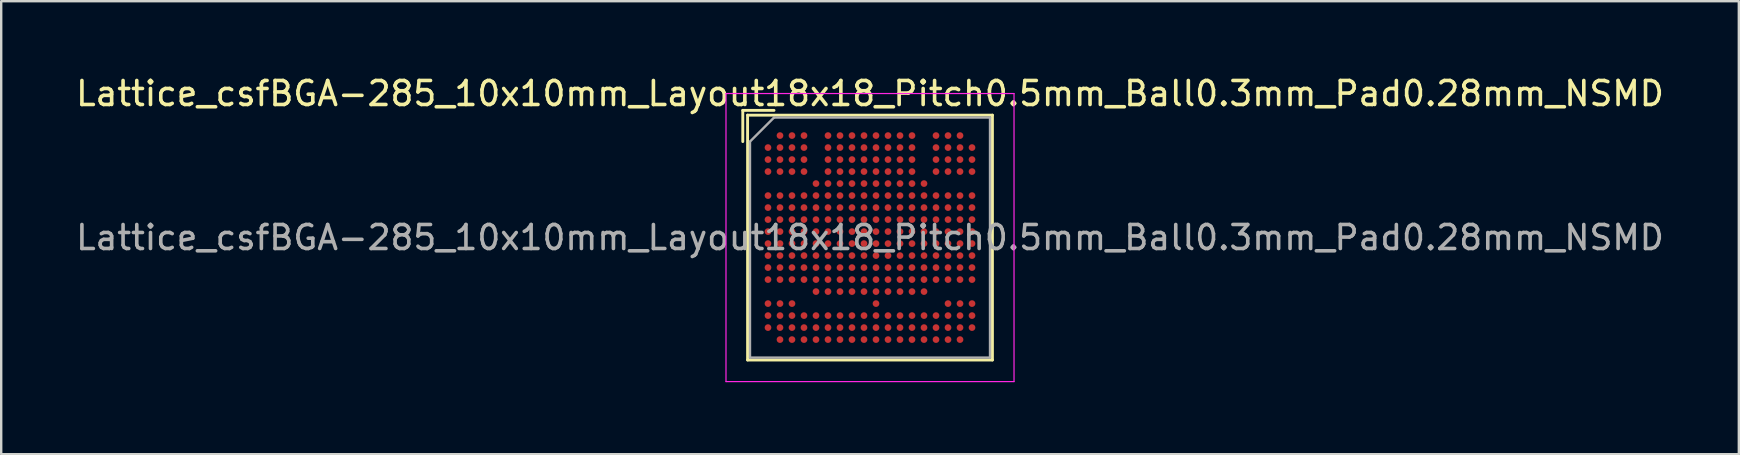
<source format=kicad_pcb>
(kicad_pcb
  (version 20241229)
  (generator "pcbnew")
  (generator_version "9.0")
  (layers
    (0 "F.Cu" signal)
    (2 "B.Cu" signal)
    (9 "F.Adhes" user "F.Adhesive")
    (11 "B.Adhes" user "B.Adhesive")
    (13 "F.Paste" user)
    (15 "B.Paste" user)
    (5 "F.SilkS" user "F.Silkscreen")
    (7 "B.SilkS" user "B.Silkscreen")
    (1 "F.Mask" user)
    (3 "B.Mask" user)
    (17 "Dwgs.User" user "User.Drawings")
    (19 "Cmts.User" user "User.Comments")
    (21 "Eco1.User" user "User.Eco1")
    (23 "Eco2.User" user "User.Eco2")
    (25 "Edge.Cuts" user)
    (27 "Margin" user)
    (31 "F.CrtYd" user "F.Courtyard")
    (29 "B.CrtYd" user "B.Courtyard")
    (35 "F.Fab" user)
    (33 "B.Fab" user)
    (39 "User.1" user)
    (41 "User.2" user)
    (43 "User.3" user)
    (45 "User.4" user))
  (footprint "Lattice_csfBGA-285_10x10mm_Layout18x18_Pitch0.5mm_Ball0.3mm_Pad0.28mm_NSMD"
    (layer "F.Cu")
    (at 33.196 6.848)
    (property "Reference" "Lattice_csfBGA-285_10x10mm_Layout18x18_Pitch0.5mm_Ball0.3mm_Pad0.28mm_NSMD" (at 0 -6 0) (layer "F.SilkS") (effects (font (size 1 1) (thickness 0.15))))
    (attr smd)
    (fp_line (start -5.3 -5.3) (end -5.3 -4) (stroke (width 0.12) (type solid)) (layer "F.SilkS"))
    (fp_line (start -5.1 -5.1) (end 5.1 -5.1) (stroke (width 0.12) (type solid)) (layer "F.SilkS"))
    (fp_line (start -5.1 5.1) (end -5.1 -5.1) (stroke (width 0.12) (type solid)) (layer "F.SilkS"))
    (fp_line (start -4 -5.3) (end -5.3 -5.3) (stroke (width 0.12) (type solid)) (layer "F.SilkS"))
    (fp_line (start 5.1 -5.1) (end 5.1 5.1) (stroke (width 0.12) (type solid)) (layer "F.SilkS"))
    (fp_line (start 5.1 5.1) (end -5.1 5.1) (stroke (width 0.12) (type solid)) (layer "F.SilkS"))
    (fp_line (start -6 -6) (end 6 -6) (stroke (width 0.05) (type solid)) (layer "F.CrtYd"))
    (fp_line (start -6 6) (end -6 -6) (stroke (width 0.05) (type solid)) (layer "F.CrtYd"))
    (fp_line (start 6 -6) (end 6 6) (stroke (width 0.05) (type solid)) (layer "F.CrtYd"))
    (fp_line (start 6 6) (end -6 6) (stroke (width 0.05) (type solid)) (layer "F.CrtYd"))
    (fp_line (start -5 -4) (end -4 -5) (stroke (width 0.1) (type solid)) (layer "F.Fab"))
    (fp_line (start -5 5) (end -5 -4) (stroke (width 0.1) (type solid)) (layer "F.Fab"))
    (fp_line (start -4 -5) (end 5 -5) (stroke (width 0.1) (type solid)) (layer "F.Fab"))
    (fp_line (start 5 -5) (end 5 5) (stroke (width 0.1) (type solid)) (layer "F.Fab"))
    (fp_line (start 5 5) (end -5 5) (stroke (width 0.1) (type solid)) (layer "F.Fab"))
    (fp_text user "${REFERENCE}" (at 0 0 0) (layer "F.Fab") (effects (font (size 1 1) (thickness 0.15))))
    (pad "A2" smd circle (at -3.75 -4.25) (size 0.28 0.28) (layers "F.Cu" "F.Mask" "F.Paste"))
    (pad "A3" smd circle (at -3.25 -4.25) (size 0.28 0.28) (layers "F.Cu" "F.Mask" "F.Paste"))
    (pad "A4" smd circle (at -2.75 -4.25) (size 0.28 0.28) (layers "F.Cu" "F.Mask" "F.Paste"))
    (pad "A6" smd circle (at -1.75 -4.25) (size 0.28 0.28) (layers "F.Cu" "F.Mask" "F.Paste"))
    (pad "A7" smd circle (at -1.25 -4.25) (size 0.28 0.28) (layers "F.Cu" "F.Mask" "F.Paste"))
    (pad "A8" smd circle (at -0.75 -4.25) (size 0.28 0.28) (layers "F.Cu" "F.Mask" "F.Paste"))
    (pad "A9" smd circle (at -0.25 -4.25) (size 0.28 0.28) (layers "F.Cu" "F.Mask" "F.Paste"))
    (pad "A10" smd circle (at 0.25 -4.25) (size 0.28 0.28) (layers "F.Cu" "F.Mask" "F.Paste"))
    (pad "A11" smd circle (at 0.75 -4.25) (size 0.28 0.28) (layers "F.Cu" "F.Mask" "F.Paste"))
    (pad "A12" smd circle (at 1.25 -4.25) (size 0.28 0.28) (layers "F.Cu" "F.Mask" "F.Paste"))
    (pad "A13" smd circle (at 1.75 -4.25) (size 0.28 0.28) (layers "F.Cu" "F.Mask" "F.Paste"))
    (pad "A15" smd circle (at 2.75 -4.25) (size 0.28 0.28) (layers "F.Cu" "F.Mask" "F.Paste"))
    (pad "A16" smd circle (at 3.25 -4.25) (size 0.28 0.28) (layers "F.Cu" "F.Mask" "F.Paste"))
    (pad "A17" smd circle (at 3.75 -4.25) (size 0.28 0.28) (layers "F.Cu" "F.Mask" "F.Paste"))
    (pad "B1" smd circle (at -4.25 -3.75) (size 0.28 0.28) (layers "F.Cu" "F.Mask" "F.Paste"))
    (pad "B2" smd circle (at -3.75 -3.75) (size 0.28 0.28) (layers "F.Cu" "F.Mask" "F.Paste"))
    (pad "B3" smd circle (at -3.25 -3.75) (size 0.28 0.28) (layers "F.Cu" "F.Mask" "F.Paste"))
    (pad "B4" smd circle (at -2.75 -3.75) (size 0.28 0.28) (layers "F.Cu" "F.Mask" "F.Paste"))
    (pad "B6" smd circle (at -1.75 -3.75) (size 0.28 0.28) (layers "F.Cu" "F.Mask" "F.Paste"))
    (pad "B7" smd circle (at -1.25 -3.75) (size 0.28 0.28) (layers "F.Cu" "F.Mask" "F.Paste"))
    (pad "B8" smd circle (at -0.75 -3.75) (size 0.28 0.28) (layers "F.Cu" "F.Mask" "F.Paste"))
    (pad "B9" smd circle (at -0.25 -3.75) (size 0.28 0.28) (layers "F.Cu" "F.Mask" "F.Paste"))
    (pad "B10" smd circle (at 0.25 -3.75) (size 0.28 0.28) (layers "F.Cu" "F.Mask" "F.Paste"))
    (pad "B11" smd circle (at 0.75 -3.75) (size 0.28 0.28) (layers "F.Cu" "F.Mask" "F.Paste"))
    (pad "B12" smd circle (at 1.25 -3.75) (size 0.28 0.28) (layers "F.Cu" "F.Mask" "F.Paste"))
    (pad "B13" smd circle (at 1.75 -3.75) (size 0.28 0.28) (layers "F.Cu" "F.Mask" "F.Paste"))
    (pad "B15" smd circle (at 2.75 -3.75) (size 0.28 0.28) (layers "F.Cu" "F.Mask" "F.Paste"))
    (pad "B16" smd circle (at 3.25 -3.75) (size 0.28 0.28) (layers "F.Cu" "F.Mask" "F.Paste"))
    (pad "B17" smd circle (at 3.75 -3.75) (size 0.28 0.28) (layers "F.Cu" "F.Mask" "F.Paste"))
    (pad "B18" smd circle (at 4.25 -3.75) (size 0.28 0.28) (layers "F.Cu" "F.Mask" "F.Paste"))
    (pad "C1" smd circle (at -4.25 -3.25) (size 0.28 0.28) (layers "F.Cu" "F.Mask" "F.Paste"))
    (pad "C2" smd circle (at -3.75 -3.25) (size 0.28 0.28) (layers "F.Cu" "F.Mask" "F.Paste"))
    (pad "C3" smd circle (at -3.25 -3.25) (size 0.28 0.28) (layers "F.Cu" "F.Mask" "F.Paste"))
    (pad "C4" smd circle (at -2.75 -3.25) (size 0.28 0.28) (layers "F.Cu" "F.Mask" "F.Paste"))
    (pad "C6" smd circle (at -1.75 -3.25) (size 0.28 0.28) (layers "F.Cu" "F.Mask" "F.Paste"))
    (pad "C7" smd circle (at -1.25 -3.25) (size 0.28 0.28) (layers "F.Cu" "F.Mask" "F.Paste"))
    (pad "C8" smd circle (at -0.75 -3.25) (size 0.28 0.28) (layers "F.Cu" "F.Mask" "F.Paste"))
    (pad "C9" smd circle (at -0.25 -3.25) (size 0.28 0.28) (layers "F.Cu" "F.Mask" "F.Paste"))
    (pad "C10" smd circle (at 0.25 -3.25) (size 0.28 0.28) (layers "F.Cu" "F.Mask" "F.Paste"))
    (pad "C11" smd circle (at 0.75 -3.25) (size 0.28 0.28) (layers "F.Cu" "F.Mask" "F.Paste"))
    (pad "C12" smd circle (at 1.25 -3.25) (size 0.28 0.28) (layers "F.Cu" "F.Mask" "F.Paste"))
    (pad "C13" smd circle (at 1.75 -3.25) (size 0.28 0.28) (layers "F.Cu" "F.Mask" "F.Paste"))
    (pad "C15" smd circle (at 2.75 -3.25) (size 0.28 0.28) (layers "F.Cu" "F.Mask" "F.Paste"))
    (pad "C16" smd circle (at 3.25 -3.25) (size 0.28 0.28) (layers "F.Cu" "F.Mask" "F.Paste"))
    (pad "C17" smd circle (at 3.75 -3.25) (size 0.28 0.28) (layers "F.Cu" "F.Mask" "F.Paste"))
    (pad "C18" smd circle (at 4.25 -3.25) (size 0.28 0.28) (layers "F.Cu" "F.Mask" "F.Paste"))
    (pad "D1" smd circle (at -4.25 -2.75) (size 0.28 0.28) (layers "F.Cu" "F.Mask" "F.Paste"))
    (pad "D2" smd circle (at -3.75 -2.75) (size 0.28 0.28) (layers "F.Cu" "F.Mask" "F.Paste"))
    (pad "D3" smd circle (at -3.25 -2.75) (size 0.28 0.28) (layers "F.Cu" "F.Mask" "F.Paste"))
    (pad "D4" smd circle (at -2.75 -2.75) (size 0.28 0.28) (layers "F.Cu" "F.Mask" "F.Paste"))
    (pad "D6" smd circle (at -1.75 -2.75) (size 0.28 0.28) (layers "F.Cu" "F.Mask" "F.Paste"))
    (pad "D7" smd circle (at -1.25 -2.75) (size 0.28 0.28) (layers "F.Cu" "F.Mask" "F.Paste"))
    (pad "D8" smd circle (at -0.75 -2.75) (size 0.28 0.28) (layers "F.Cu" "F.Mask" "F.Paste"))
    (pad "D9" smd circle (at -0.25 -2.75) (size 0.28 0.28) (layers "F.Cu" "F.Mask" "F.Paste"))
    (pad "D10" smd circle (at 0.25 -2.75) (size 0.28 0.28) (layers "F.Cu" "F.Mask" "F.Paste"))
    (pad "D11" smd circle (at 0.75 -2.75) (size 0.28 0.28) (layers "F.Cu" "F.Mask" "F.Paste"))
    (pad "D12" smd circle (at 1.25 -2.75) (size 0.28 0.28) (layers "F.Cu" "F.Mask" "F.Paste"))
    (pad "D13" smd circle (at 1.75 -2.75) (size 0.28 0.28) (layers "F.Cu" "F.Mask" "F.Paste"))
    (pad "D15" smd circle (at 2.75 -2.75) (size 0.28 0.28) (layers "F.Cu" "F.Mask" "F.Paste"))
    (pad "D16" smd circle (at 3.25 -2.75) (size 0.28 0.28) (layers "F.Cu" "F.Mask" "F.Paste"))
    (pad "D17" smd circle (at 3.75 -2.75) (size 0.28 0.28) (layers "F.Cu" "F.Mask" "F.Paste"))
    (pad "D18" smd circle (at 4.25 -2.75) (size 0.28 0.28) (layers "F.Cu" "F.Mask" "F.Paste"))
    (pad "E5" smd circle (at -2.25 -2.25) (size 0.28 0.28) (layers "F.Cu" "F.Mask" "F.Paste"))
    (pad "E6" smd circle (at -1.75 -2.25) (size 0.28 0.28) (layers "F.Cu" "F.Mask" "F.Paste"))
    (pad "E7" smd circle (at -1.25 -2.25) (size 0.28 0.28) (layers "F.Cu" "F.Mask" "F.Paste"))
    (pad "E8" smd circle (at -0.75 -2.25) (size 0.28 0.28) (layers "F.Cu" "F.Mask" "F.Paste"))
    (pad "E9" smd circle (at -0.25 -2.25) (size 0.28 0.28) (layers "F.Cu" "F.Mask" "F.Paste"))
    (pad "E10" smd circle (at 0.25 -2.25) (size 0.28 0.28) (layers "F.Cu" "F.Mask" "F.Paste"))
    (pad "E11" smd circle (at 0.75 -2.25) (size 0.28 0.28) (layers "F.Cu" "F.Mask" "F.Paste"))
    (pad "E12" smd circle (at 1.25 -2.25) (size 0.28 0.28) (layers "F.Cu" "F.Mask" "F.Paste"))
    (pad "E13" smd circle (at 1.75 -2.25) (size 0.28 0.28) (layers "F.Cu" "F.Mask" "F.Paste"))
    (pad "E14" smd circle (at 2.25 -2.25) (size 0.28 0.28) (layers "F.Cu" "F.Mask" "F.Paste"))
    (pad "F1" smd circle (at -4.25 -1.75) (size 0.28 0.28) (layers "F.Cu" "F.Mask" "F.Paste"))
    (pad "F2" smd circle (at -3.75 -1.75) (size 0.28 0.28) (layers "F.Cu" "F.Mask" "F.Paste"))
    (pad "F3" smd circle (at -3.25 -1.75) (size 0.28 0.28) (layers "F.Cu" "F.Mask" "F.Paste"))
    (pad "F4" smd circle (at -2.75 -1.75) (size 0.28 0.28) (layers "F.Cu" "F.Mask" "F.Paste"))
    (pad "F5" smd circle (at -2.25 -1.75) (size 0.28 0.28) (layers "F.Cu" "F.Mask" "F.Paste"))
    (pad "F6" smd circle (at -1.75 -1.75) (size 0.28 0.28) (layers "F.Cu" "F.Mask" "F.Paste"))
    (pad "F7" smd circle (at -1.25 -1.75) (size 0.28 0.28) (layers "F.Cu" "F.Mask" "F.Paste"))
    (pad "F8" smd circle (at -0.75 -1.75) (size 0.28 0.28) (layers "F.Cu" "F.Mask" "F.Paste"))
    (pad "F9" smd circle (at -0.25 -1.75) (size 0.28 0.28) (layers "F.Cu" "F.Mask" "F.Paste"))
    (pad "F10" smd circle (at 0.25 -1.75) (size 0.28 0.28) (layers "F.Cu" "F.Mask" "F.Paste"))
    (pad "F11" smd circle (at 0.75 -1.75) (size 0.28 0.28) (layers "F.Cu" "F.Mask" "F.Paste"))
    (pad "F12" smd circle (at 1.25 -1.75) (size 0.28 0.28) (layers "F.Cu" "F.Mask" "F.Paste"))
    (pad "F13" smd circle (at 1.75 -1.75) (size 0.28 0.28) (layers "F.Cu" "F.Mask" "F.Paste"))
    (pad "F14" smd circle (at 2.25 -1.75) (size 0.28 0.28) (layers "F.Cu" "F.Mask" "F.Paste"))
    (pad "F15" smd circle (at 2.75 -1.75) (size 0.28 0.28) (layers "F.Cu" "F.Mask" "F.Paste"))
    (pad "F16" smd circle (at 3.25 -1.75) (size 0.28 0.28) (layers "F.Cu" "F.Mask" "F.Paste"))
    (pad "F17" smd circle (at 3.75 -1.75) (size 0.28 0.28) (layers "F.Cu" "F.Mask" "F.Paste"))
    (pad "F18" smd circle (at 4.25 -1.75) (size 0.28 0.28) (layers "F.Cu" "F.Mask" "F.Paste"))
    (pad "G1" smd circle (at -4.25 -1.25) (size 0.28 0.28) (layers "F.Cu" "F.Mask" "F.Paste"))
    (pad "G2" smd circle (at -3.75 -1.25) (size 0.28 0.28) (layers "F.Cu" "F.Mask" "F.Paste"))
    (pad "G3" smd circle (at -3.25 -1.25) (size 0.28 0.28) (layers "F.Cu" "F.Mask" "F.Paste"))
    (pad "G4" smd circle (at -2.75 -1.25) (size 0.28 0.28) (layers "F.Cu" "F.Mask" "F.Paste"))
    (pad "G5" smd circle (at -2.25 -1.25) (size 0.28 0.28) (layers "F.Cu" "F.Mask" "F.Paste"))
    (pad "G6" smd circle (at -1.75 -1.25) (size 0.28 0.28) (layers "F.Cu" "F.Mask" "F.Paste"))
    (pad "G7" smd circle (at -1.25 -1.25) (size 0.28 0.28) (layers "F.Cu" "F.Mask" "F.Paste"))
    (pad "G8" smd circle (at -0.75 -1.25) (size 0.28 0.28) (layers "F.Cu" "F.Mask" "F.Paste"))
    (pad "G9" smd circle (at -0.25 -1.25) (size 0.28 0.28) (layers "F.Cu" "F.Mask" "F.Paste"))
    (pad "G10" smd circle (at 0.25 -1.25) (size 0.28 0.28) (layers "F.Cu" "F.Mask" "F.Paste"))
    (pad "G11" smd circle (at 0.75 -1.25) (size 0.28 0.28) (layers "F.Cu" "F.Mask" "F.Paste"))
    (pad "G12" smd circle (at 1.25 -1.25) (size 0.28 0.28) (layers "F.Cu" "F.Mask" "F.Paste"))
    (pad "G13" smd circle (at 1.75 -1.25) (size 0.28 0.28) (layers "F.Cu" "F.Mask" "F.Paste"))
    (pad "G14" smd circle (at 2.25 -1.25) (size 0.28 0.28) (layers "F.Cu" "F.Mask" "F.Paste"))
    (pad "G15" smd circle (at 2.75 -1.25) (size 0.28 0.28) (layers "F.Cu" "F.Mask" "F.Paste"))
    (pad "G16" smd circle (at 3.25 -1.25) (size 0.28 0.28) (layers "F.Cu" "F.Mask" "F.Paste"))
    (pad "G17" smd circle (at 3.75 -1.25) (size 0.28 0.28) (layers "F.Cu" "F.Mask" "F.Paste"))
    (pad "G18" smd circle (at 4.25 -1.25) (size 0.28 0.28) (layers "F.Cu" "F.Mask" "F.Paste"))
    (pad "H1" smd circle (at -4.25 -0.75) (size 0.28 0.28) (layers "F.Cu" "F.Mask" "F.Paste"))
    (pad "H2" smd circle (at -3.75 -0.75) (size 0.28 0.28) (layers "F.Cu" "F.Mask" "F.Paste"))
    (pad "H3" smd circle (at -3.25 -0.75) (size 0.28 0.28) (layers "F.Cu" "F.Mask" "F.Paste"))
    (pad "H4" smd circle (at -2.75 -0.75) (size 0.28 0.28) (layers "F.Cu" "F.Mask" "F.Paste"))
    (pad "H5" smd circle (at -2.25 -0.75) (size 0.28 0.28) (layers "F.Cu" "F.Mask" "F.Paste"))
    (pad "H6" smd circle (at -1.75 -0.75) (size 0.28 0.28) (layers "F.Cu" "F.Mask" "F.Paste"))
    (pad "H7" smd circle (at -1.25 -0.75) (size 0.28 0.28) (layers "F.Cu" "F.Mask" "F.Paste"))
    (pad "H8" smd circle (at -0.75 -0.75) (size 0.28 0.28) (layers "F.Cu" "F.Mask" "F.Paste"))
    (pad "H9" smd circle (at -0.25 -0.75) (size 0.28 0.28) (layers "F.Cu" "F.Mask" "F.Paste"))
    (pad "H10" smd circle (at 0.25 -0.75) (size 0.28 0.28) (layers "F.Cu" "F.Mask" "F.Paste"))
    (pad "H11" smd circle (at 0.75 -0.75) (size 0.28 0.28) (layers "F.Cu" "F.Mask" "F.Paste"))
    (pad "H12" smd circle (at 1.25 -0.75) (size 0.28 0.28) (layers "F.Cu" "F.Mask" "F.Paste"))
    (pad "H13" smd circle (at 1.75 -0.75) (size 0.28 0.28) (layers "F.Cu" "F.Mask" "F.Paste"))
    (pad "H14" smd circle (at 2.25 -0.75) (size 0.28 0.28) (layers "F.Cu" "F.Mask" "F.Paste"))
    (pad "H15" smd circle (at 2.75 -0.75) (size 0.28 0.28) (layers "F.Cu" "F.Mask" "F.Paste"))
    (pad "H16" smd circle (at 3.25 -0.75) (size 0.28 0.28) (layers "F.Cu" "F.Mask" "F.Paste"))
    (pad "H17" smd circle (at 3.75 -0.75) (size 0.28 0.28) (layers "F.Cu" "F.Mask" "F.Paste"))
    (pad "H18" smd circle (at 4.25 -0.75) (size 0.28 0.28) (layers "F.Cu" "F.Mask" "F.Paste"))
    (pad "J1" smd circle (at -4.25 -0.25) (size 0.28 0.28) (layers "F.Cu" "F.Mask" "F.Paste"))
    (pad "J2" smd circle (at -3.75 -0.25) (size 0.28 0.28) (layers "F.Cu" "F.Mask" "F.Paste"))
    (pad "J3" smd circle (at -3.25 -0.25) (size 0.28 0.28) (layers "F.Cu" "F.Mask" "F.Paste"))
    (pad "J4" smd circle (at -2.75 -0.25) (size 0.28 0.28) (layers "F.Cu" "F.Mask" "F.Paste"))
    (pad "J5" smd circle (at -2.25 -0.25) (size 0.28 0.28) (layers "F.Cu" "F.Mask" "F.Paste"))
    (pad "J6" smd circle (at -1.75 -0.25) (size 0.28 0.28) (layers "F.Cu" "F.Mask" "F.Paste"))
    (pad "J7" smd circle (at -1.25 -0.25) (size 0.28 0.28) (layers "F.Cu" "F.Mask" "F.Paste"))
    (pad "J8" smd circle (at -0.75 -0.25) (size 0.28 0.28) (layers "F.Cu" "F.Mask" "F.Paste"))
    (pad "J9" smd circle (at -0.25 -0.25) (size 0.28 0.28) (layers "F.Cu" "F.Mask" "F.Paste"))
    (pad "J10" smd circle (at 0.25 -0.25) (size 0.28 0.28) (layers "F.Cu" "F.Mask" "F.Paste"))
    (pad "J11" smd circle (at 0.75 -0.25) (size 0.28 0.28) (layers "F.Cu" "F.Mask" "F.Paste"))
    (pad "J12" smd circle (at 1.25 -0.25) (size 0.28 0.28) (layers "F.Cu" "F.Mask" "F.Paste"))
    (pad "J13" smd circle (at 1.75 -0.25) (size 0.28 0.28) (layers "F.Cu" "F.Mask" "F.Paste"))
    (pad "J14" smd circle (at 2.25 -0.25) (size 0.28 0.28) (layers "F.Cu" "F.Mask" "F.Paste"))
    (pad "J15" smd circle (at 2.75 -0.25) (size 0.28 0.28) (layers "F.Cu" "F.Mask" "F.Paste"))
    (pad "J16" smd circle (at 3.25 -0.25) (size 0.28 0.28) (layers "F.Cu" "F.Mask" "F.Paste"))
    (pad "J17" smd circle (at 3.75 -0.25) (size 0.28 0.28) (layers "F.Cu" "F.Mask" "F.Paste"))
    (pad "J18" smd circle (at 4.25 -0.25) (size 0.28 0.28) (layers "F.Cu" "F.Mask" "F.Paste"))
    (pad "K1" smd circle (at -4.25 0.25) (size 0.28 0.28) (layers "F.Cu" "F.Mask" "F.Paste"))
    (pad "K2" smd circle (at -3.75 0.25) (size 0.28 0.28) (layers "F.Cu" "F.Mask" "F.Paste"))
    (pad "K3" smd circle (at -3.25 0.25) (size 0.28 0.28) (layers "F.Cu" "F.Mask" "F.Paste"))
    (pad "K4" smd circle (at -2.75 0.25) (size 0.28 0.28) (layers "F.Cu" "F.Mask" "F.Paste"))
    (pad "K5" smd circle (at -2.25 0.25) (size 0.28 0.28) (layers "F.Cu" "F.Mask" "F.Paste"))
    (pad "K6" smd circle (at -1.75 0.25) (size 0.28 0.28) (layers "F.Cu" "F.Mask" "F.Paste"))
    (pad "K7" smd circle (at -1.25 0.25) (size 0.28 0.28) (layers "F.Cu" "F.Mask" "F.Paste"))
    (pad "K8" smd circle (at -0.75 0.25) (size 0.28 0.28) (layers "F.Cu" "F.Mask" "F.Paste"))
    (pad "K9" smd circle (at -0.25 0.25) (size 0.28 0.28) (layers "F.Cu" "F.Mask" "F.Paste"))
    (pad "K10" smd circle (at 0.25 0.25) (size 0.28 0.28) (layers "F.Cu" "F.Mask" "F.Paste"))
    (pad "K11" smd circle (at 0.75 0.25) (size 0.28 0.28) (layers "F.Cu" "F.Mask" "F.Paste"))
    (pad "K12" smd circle (at 1.25 0.25) (size 0.28 0.28) (layers "F.Cu" "F.Mask" "F.Paste"))
    (pad "K13" smd circle (at 1.75 0.25) (size 0.28 0.28) (layers "F.Cu" "F.Mask" "F.Paste"))
    (pad "K14" smd circle (at 2.25 0.25) (size 0.28 0.28) (layers "F.Cu" "F.Mask" "F.Paste"))
    (pad "K15" smd circle (at 2.75 0.25) (size 0.28 0.28) (layers "F.Cu" "F.Mask" "F.Paste"))
    (pad "K16" smd circle (at 3.25 0.25) (size 0.28 0.28) (layers "F.Cu" "F.Mask" "F.Paste"))
    (pad "K17" smd circle (at 3.75 0.25) (size 0.28 0.28) (layers "F.Cu" "F.Mask" "F.Paste"))
    (pad "K18" smd circle (at 4.25 0.25) (size 0.28 0.28) (layers "F.Cu" "F.Mask" "F.Paste"))
    (pad "L1" smd circle (at -4.25 0.75) (size 0.28 0.28) (layers "F.Cu" "F.Mask" "F.Paste"))
    (pad "L2" smd circle (at -3.75 0.75) (size 0.28 0.28) (layers "F.Cu" "F.Mask" "F.Paste"))
    (pad "L3" smd circle (at -3.25 0.75) (size 0.28 0.28) (layers "F.Cu" "F.Mask" "F.Paste"))
    (pad "L4" smd circle (at -2.75 0.75) (size 0.28 0.28) (layers "F.Cu" "F.Mask" "F.Paste"))
    (pad "L5" smd circle (at -2.25 0.75) (size 0.28 0.28) (layers "F.Cu" "F.Mask" "F.Paste"))
    (pad "L6" smd circle (at -1.75 0.75) (size 0.28 0.28) (layers "F.Cu" "F.Mask" "F.Paste"))
    (pad "L7" smd circle (at -1.25 0.75) (size 0.28 0.28) (layers "F.Cu" "F.Mask" "F.Paste"))
    (pad "L8" smd circle (at -0.75 0.75) (size 0.28 0.28) (layers "F.Cu" "F.Mask" "F.Paste"))
    (pad "L9" smd circle (at -0.25 0.75) (size 0.28 0.28) (layers "F.Cu" "F.Mask" "F.Paste"))
    (pad "L10" smd circle (at 0.25 0.75) (size 0.28 0.28) (layers "F.Cu" "F.Mask" "F.Paste"))
    (pad "L11" smd circle (at 0.75 0.75) (size 0.28 0.28) (layers "F.Cu" "F.Mask" "F.Paste"))
    (pad "L12" smd circle (at 1.25 0.75) (size 0.28 0.28) (layers "F.Cu" "F.Mask" "F.Paste"))
    (pad "L13" smd circle (at 1.75 0.75) (size 0.28 0.28) (layers "F.Cu" "F.Mask" "F.Paste"))
    (pad "L14" smd circle (at 2.25 0.75) (size 0.28 0.28) (layers "F.Cu" "F.Mask" "F.Paste"))
    (pad "L15" smd circle (at 2.75 0.75) (size 0.28 0.28) (layers "F.Cu" "F.Mask" "F.Paste"))
    (pad "L16" smd circle (at 3.25 0.75) (size 0.28 0.28) (layers "F.Cu" "F.Mask" "F.Paste"))
    (pad "L17" smd circle (at 3.75 0.75) (size 0.28 0.28) (layers "F.Cu" "F.Mask" "F.Paste"))
    (pad "L18" smd circle (at 4.25 0.75) (size 0.28 0.28) (layers "F.Cu" "F.Mask" "F.Paste"))
    (pad "M1" smd circle (at -4.25 1.25) (size 0.28 0.28) (layers "F.Cu" "F.Mask" "F.Paste"))
    (pad "M2" smd circle (at -3.75 1.25) (size 0.28 0.28) (layers "F.Cu" "F.Mask" "F.Paste"))
    (pad "M3" smd circle (at -3.25 1.25) (size 0.28 0.28) (layers "F.Cu" "F.Mask" "F.Paste"))
    (pad "M4" smd circle (at -2.75 1.25) (size 0.28 0.28) (layers "F.Cu" "F.Mask" "F.Paste"))
    (pad "M5" smd circle (at -2.25 1.25) (size 0.28 0.28) (layers "F.Cu" "F.Mask" "F.Paste"))
    (pad "M6" smd circle (at -1.75 1.25) (size 0.28 0.28) (layers "F.Cu" "F.Mask" "F.Paste"))
    (pad "M7" smd circle (at -1.25 1.25) (size 0.28 0.28) (layers "F.Cu" "F.Mask" "F.Paste"))
    (pad "M8" smd circle (at -0.75 1.25) (size 0.28 0.28) (layers "F.Cu" "F.Mask" "F.Paste"))
    (pad "M9" smd circle (at -0.25 1.25) (size 0.28 0.28) (layers "F.Cu" "F.Mask" "F.Paste"))
    (pad "M10" smd circle (at 0.25 1.25) (size 0.28 0.28) (layers "F.Cu" "F.Mask" "F.Paste"))
    (pad "M11" smd circle (at 0.75 1.25) (size 0.28 0.28) (layers "F.Cu" "F.Mask" "F.Paste"))
    (pad "M12" smd circle (at 1.25 1.25) (size 0.28 0.28) (layers "F.Cu" "F.Mask" "F.Paste"))
    (pad "M13" smd circle (at 1.75 1.25) (size 0.28 0.28) (layers "F.Cu" "F.Mask" "F.Paste"))
    (pad "M14" smd circle (at 2.25 1.25) (size 0.28 0.28) (layers "F.Cu" "F.Mask" "F.Paste"))
    (pad "M15" smd circle (at 2.75 1.25) (size 0.28 0.28) (layers "F.Cu" "F.Mask" "F.Paste"))
    (pad "M16" smd circle (at 3.25 1.25) (size 0.28 0.28) (layers "F.Cu" "F.Mask" "F.Paste"))
    (pad "M17" smd circle (at 3.75 1.25) (size 0.28 0.28) (layers "F.Cu" "F.Mask" "F.Paste"))
    (pad "M18" smd circle (at 4.25 1.25) (size 0.28 0.28) (layers "F.Cu" "F.Mask" "F.Paste"))
    (pad "N1" smd circle (at -4.25 1.75) (size 0.28 0.28) (layers "F.Cu" "F.Mask" "F.Paste"))
    (pad "N2" smd circle (at -3.75 1.75) (size 0.28 0.28) (layers "F.Cu" "F.Mask" "F.Paste"))
    (pad "N3" smd circle (at -3.25 1.75) (size 0.28 0.28) (layers "F.Cu" "F.Mask" "F.Paste"))
    (pad "N4" smd circle (at -2.75 1.75) (size 0.28 0.28) (layers "F.Cu" "F.Mask" "F.Paste"))
    (pad "N5" smd circle (at -2.25 1.75) (size 0.28 0.28) (layers "F.Cu" "F.Mask" "F.Paste"))
    (pad "N6" smd circle (at -1.75 1.75) (size 0.28 0.28) (layers "F.Cu" "F.Mask" "F.Paste"))
    (pad "N7" smd circle (at -1.25 1.75) (size 0.28 0.28) (layers "F.Cu" "F.Mask" "F.Paste"))
    (pad "N8" smd circle (at -0.75 1.75) (size 0.28 0.28) (layers "F.Cu" "F.Mask" "F.Paste"))
    (pad "N9" smd circle (at -0.25 1.75) (size 0.28 0.28) (layers "F.Cu" "F.Mask" "F.Paste"))
    (pad "N10" smd circle (at 0.25 1.75) (size 0.28 0.28) (layers "F.Cu" "F.Mask" "F.Paste"))
    (pad "N11" smd circle (at 0.75 1.75) (size 0.28 0.28) (layers "F.Cu" "F.Mask" "F.Paste"))
    (pad "N12" smd circle (at 1.25 1.75) (size 0.28 0.28) (layers "F.Cu" "F.Mask" "F.Paste"))
    (pad "N13" smd circle (at 1.75 1.75) (size 0.28 0.28) (layers "F.Cu" "F.Mask" "F.Paste"))
    (pad "N14" smd circle (at 2.25 1.75) (size 0.28 0.28) (layers "F.Cu" "F.Mask" "F.Paste"))
    (pad "N15" smd circle (at 2.75 1.75) (size 0.28 0.28) (layers "F.Cu" "F.Mask" "F.Paste"))
    (pad "N16" smd circle (at 3.25 1.75) (size 0.28 0.28) (layers "F.Cu" "F.Mask" "F.Paste"))
    (pad "N17" smd circle (at 3.75 1.75) (size 0.28 0.28) (layers "F.Cu" "F.Mask" "F.Paste"))
    (pad "N18" smd circle (at 4.25 1.75) (size 0.28 0.28) (layers "F.Cu" "F.Mask" "F.Paste"))
    (pad "P5" smd circle (at -2.25 2.25) (size 0.28 0.28) (layers "F.Cu" "F.Mask" "F.Paste"))
    (pad "P6" smd circle (at -1.75 2.25) (size 0.28 0.28) (layers "F.Cu" "F.Mask" "F.Paste"))
    (pad "P7" smd circle (at -1.25 2.25) (size 0.28 0.28) (layers "F.Cu" "F.Mask" "F.Paste"))
    (pad "P8" smd circle (at -0.75 2.25) (size 0.28 0.28) (layers "F.Cu" "F.Mask" "F.Paste"))
    (pad "P9" smd circle (at -0.25 2.25) (size 0.28 0.28) (layers "F.Cu" "F.Mask" "F.Paste"))
    (pad "P10" smd circle (at 0.25 2.25) (size 0.28 0.28) (layers "F.Cu" "F.Mask" "F.Paste"))
    (pad "P11" smd circle (at 0.75 2.25) (size 0.28 0.28) (layers "F.Cu" "F.Mask" "F.Paste"))
    (pad "P12" smd circle (at 1.25 2.25) (size 0.28 0.28) (layers "F.Cu" "F.Mask" "F.Paste"))
    (pad "P13" smd circle (at 1.75 2.25) (size 0.28 0.28) (layers "F.Cu" "F.Mask" "F.Paste"))
    (pad "P14" smd circle (at 2.25 2.25) (size 0.28 0.28) (layers "F.Cu" "F.Mask" "F.Paste"))
    (pad "R1" smd circle (at -4.25 2.75) (size 0.28 0.28) (layers "F.Cu" "F.Mask" "F.Paste"))
    (pad "R2" smd circle (at -3.75 2.75) (size 0.28 0.28) (layers "F.Cu" "F.Mask" "F.Paste"))
    (pad "R3" smd circle (at -3.25 2.75) (size 0.28 0.28) (layers "F.Cu" "F.Mask" "F.Paste"))
    (pad "R10" smd circle (at 0.25 2.75) (size 0.28 0.28) (layers "F.Cu" "F.Mask" "F.Paste"))
    (pad "R16" smd circle (at 3.25 2.75) (size 0.28 0.28) (layers "F.Cu" "F.Mask" "F.Paste"))
    (pad "R17" smd circle (at 3.75 2.75) (size 0.28 0.28) (layers "F.Cu" "F.Mask" "F.Paste"))
    (pad "R18" smd circle (at 4.25 2.75) (size 0.28 0.28) (layers "F.Cu" "F.Mask" "F.Paste"))
    (pad "T1" smd circle (at -4.25 3.25) (size 0.28 0.28) (layers "F.Cu" "F.Mask" "F.Paste"))
    (pad "T2" smd circle (at -3.75 3.25) (size 0.28 0.28) (layers "F.Cu" "F.Mask" "F.Paste"))
    (pad "T3" smd circle (at -3.25 3.25) (size 0.28 0.28) (layers "F.Cu" "F.Mask" "F.Paste"))
    (pad "T4" smd circle (at -2.75 3.25) (size 0.28 0.28) (layers "F.Cu" "F.Mask" "F.Paste"))
    (pad "T5" smd circle (at -2.25 3.25) (size 0.28 0.28) (layers "F.Cu" "F.Mask" "F.Paste"))
    (pad "T6" smd circle (at -1.75 3.25) (size 0.28 0.28) (layers "F.Cu" "F.Mask" "F.Paste"))
    (pad "T7" smd circle (at -1.25 3.25) (size 0.28 0.28) (layers "F.Cu" "F.Mask" "F.Paste"))
    (pad "T8" smd circle (at -0.75 3.25) (size 0.28 0.28) (layers "F.Cu" "F.Mask" "F.Paste"))
    (pad "T9" smd circle (at -0.25 3.25) (size 0.28 0.28) (layers "F.Cu" "F.Mask" "F.Paste"))
    (pad "T10" smd circle (at 0.25 3.25) (size 0.28 0.28) (layers "F.Cu" "F.Mask" "F.Paste"))
    (pad "T11" smd circle (at 0.75 3.25) (size 0.28 0.28) (layers "F.Cu" "F.Mask" "F.Paste"))
    (pad "T12" smd circle (at 1.25 3.25) (size 0.28 0.28) (layers "F.Cu" "F.Mask" "F.Paste"))
    (pad "T13" smd circle (at 1.75 3.25) (size 0.28 0.28) (layers "F.Cu" "F.Mask" "F.Paste"))
    (pad "T14" smd circle (at 2.25 3.25) (size 0.28 0.28) (layers "F.Cu" "F.Mask" "F.Paste"))
    (pad "T15" smd circle (at 2.75 3.25) (size 0.28 0.28) (layers "F.Cu" "F.Mask" "F.Paste"))
    (pad "T16" smd circle (at 3.25 3.25) (size 0.28 0.28) (layers "F.Cu" "F.Mask" "F.Paste"))
    (pad "T17" smd circle (at 3.75 3.25) (size 0.28 0.28) (layers "F.Cu" "F.Mask" "F.Paste"))
    (pad "T18" smd circle (at 4.25 3.25) (size 0.28 0.28) (layers "F.Cu" "F.Mask" "F.Paste"))
    (pad "U1" smd circle (at -4.25 3.75) (size 0.28 0.28) (layers "F.Cu" "F.Mask" "F.Paste"))
    (pad "U2" smd circle (at -3.75 3.75) (size 0.28 0.28) (layers "F.Cu" "F.Mask" "F.Paste"))
    (pad "U3" smd circle (at -3.25 3.75) (size 0.28 0.28) (layers "F.Cu" "F.Mask" "F.Paste"))
    (pad "U4" smd circle (at -2.75 3.75) (size 0.28 0.28) (layers "F.Cu" "F.Mask" "F.Paste"))
    (pad "U5" smd circle (at -2.25 3.75) (size 0.28 0.28) (layers "F.Cu" "F.Mask" "F.Paste"))
    (pad "U6" smd circle (at -1.75 3.75) (size 0.28 0.28) (layers "F.Cu" "F.Mask" "F.Paste"))
    (pad "U7" smd circle (at -1.25 3.75) (size 0.28 0.28) (layers "F.Cu" "F.Mask" "F.Paste"))
    (pad "U8" smd circle (at -0.75 3.75) (size 0.28 0.28) (layers "F.Cu" "F.Mask" "F.Paste"))
    (pad "U9" smd circle (at -0.25 3.75) (size 0.28 0.28) (layers "F.Cu" "F.Mask" "F.Paste"))
    (pad "U10" smd circle (at 0.25 3.75) (size 0.28 0.28) (layers "F.Cu" "F.Mask" "F.Paste"))
    (pad "U11" smd circle (at 0.75 3.75) (size 0.28 0.28) (layers "F.Cu" "F.Mask" "F.Paste"))
    (pad "U12" smd circle (at 1.25 3.75) (size 0.28 0.28) (layers "F.Cu" "F.Mask" "F.Paste"))
    (pad "U13" smd circle (at 1.75 3.75) (size 0.28 0.28) (layers "F.Cu" "F.Mask" "F.Paste"))
    (pad "U14" smd circle (at 2.25 3.75) (size 0.28 0.28) (layers "F.Cu" "F.Mask" "F.Paste"))
    (pad "U15" smd circle (at 2.75 3.75) (size 0.28 0.28) (layers "F.Cu" "F.Mask" "F.Paste"))
    (pad "U16" smd circle (at 3.25 3.75) (size 0.28 0.28) (layers "F.Cu" "F.Mask" "F.Paste"))
    (pad "U17" smd circle (at 3.75 3.75) (size 0.28 0.28) (layers "F.Cu" "F.Mask" "F.Paste"))
    (pad "U18" smd circle (at 4.25 3.75) (size 0.28 0.28) (layers "F.Cu" "F.Mask" "F.Paste"))
    (pad "V2" smd circle (at -3.75 4.25) (size 0.28 0.28) (layers "F.Cu" "F.Mask" "F.Paste"))
    (pad "V3" smd circle (at -3.25 4.25) (size 0.28 0.28) (layers "F.Cu" "F.Mask" "F.Paste"))
    (pad "V4" smd circle (at -2.75 4.25) (size 0.28 0.28) (layers "F.Cu" "F.Mask" "F.Paste"))
    (pad "V5" smd circle (at -2.25 4.25) (size 0.28 0.28) (layers "F.Cu" "F.Mask" "F.Paste"))
    (pad "V6" smd circle (at -1.75 4.25) (size 0.28 0.28) (layers "F.Cu" "F.Mask" "F.Paste"))
    (pad "V7" smd circle (at -1.25 4.25) (size 0.28 0.28) (layers "F.Cu" "F.Mask" "F.Paste"))
    (pad "V8" smd circle (at -0.75 4.25) (size 0.28 0.28) (layers "F.Cu" "F.Mask" "F.Paste"))
    (pad "V9" smd circle (at -0.25 4.25) (size 0.28 0.28) (layers "F.Cu" "F.Mask" "F.Paste"))
    (pad "V10" smd circle (at 0.25 4.25) (size 0.28 0.28) (layers "F.Cu" "F.Mask" "F.Paste"))
    (pad "V11" smd circle (at 0.75 4.25) (size 0.28 0.28) (layers "F.Cu" "F.Mask" "F.Paste"))
    (pad "V12" smd circle (at 1.25 4.25) (size 0.28 0.28) (layers "F.Cu" "F.Mask" "F.Paste"))
    (pad "V13" smd circle (at 1.75 4.25) (size 0.28 0.28) (layers "F.Cu" "F.Mask" "F.Paste"))
    (pad "V14" smd circle (at 2.25 4.25) (size 0.28 0.28) (layers "F.Cu" "F.Mask" "F.Paste"))
    (pad "V15" smd circle (at 2.75 4.25) (size 0.28 0.28) (layers "F.Cu" "F.Mask" "F.Paste"))
    (pad "V16" smd circle (at 3.25 4.25) (size 0.28 0.28) (layers "F.Cu" "F.Mask" "F.Paste"))
    (pad "V17" smd circle (at 3.75 4.25) (size 0.28 0.28) (layers "F.Cu" "F.Mask" "F.Paste")))
  (gr_rect
    (start -3 -3)
    (end 69.393 15.873)
    (stroke (width 0.1) (type default))
    (fill no)
    (layer "Edge.Cuts")))
</source>
